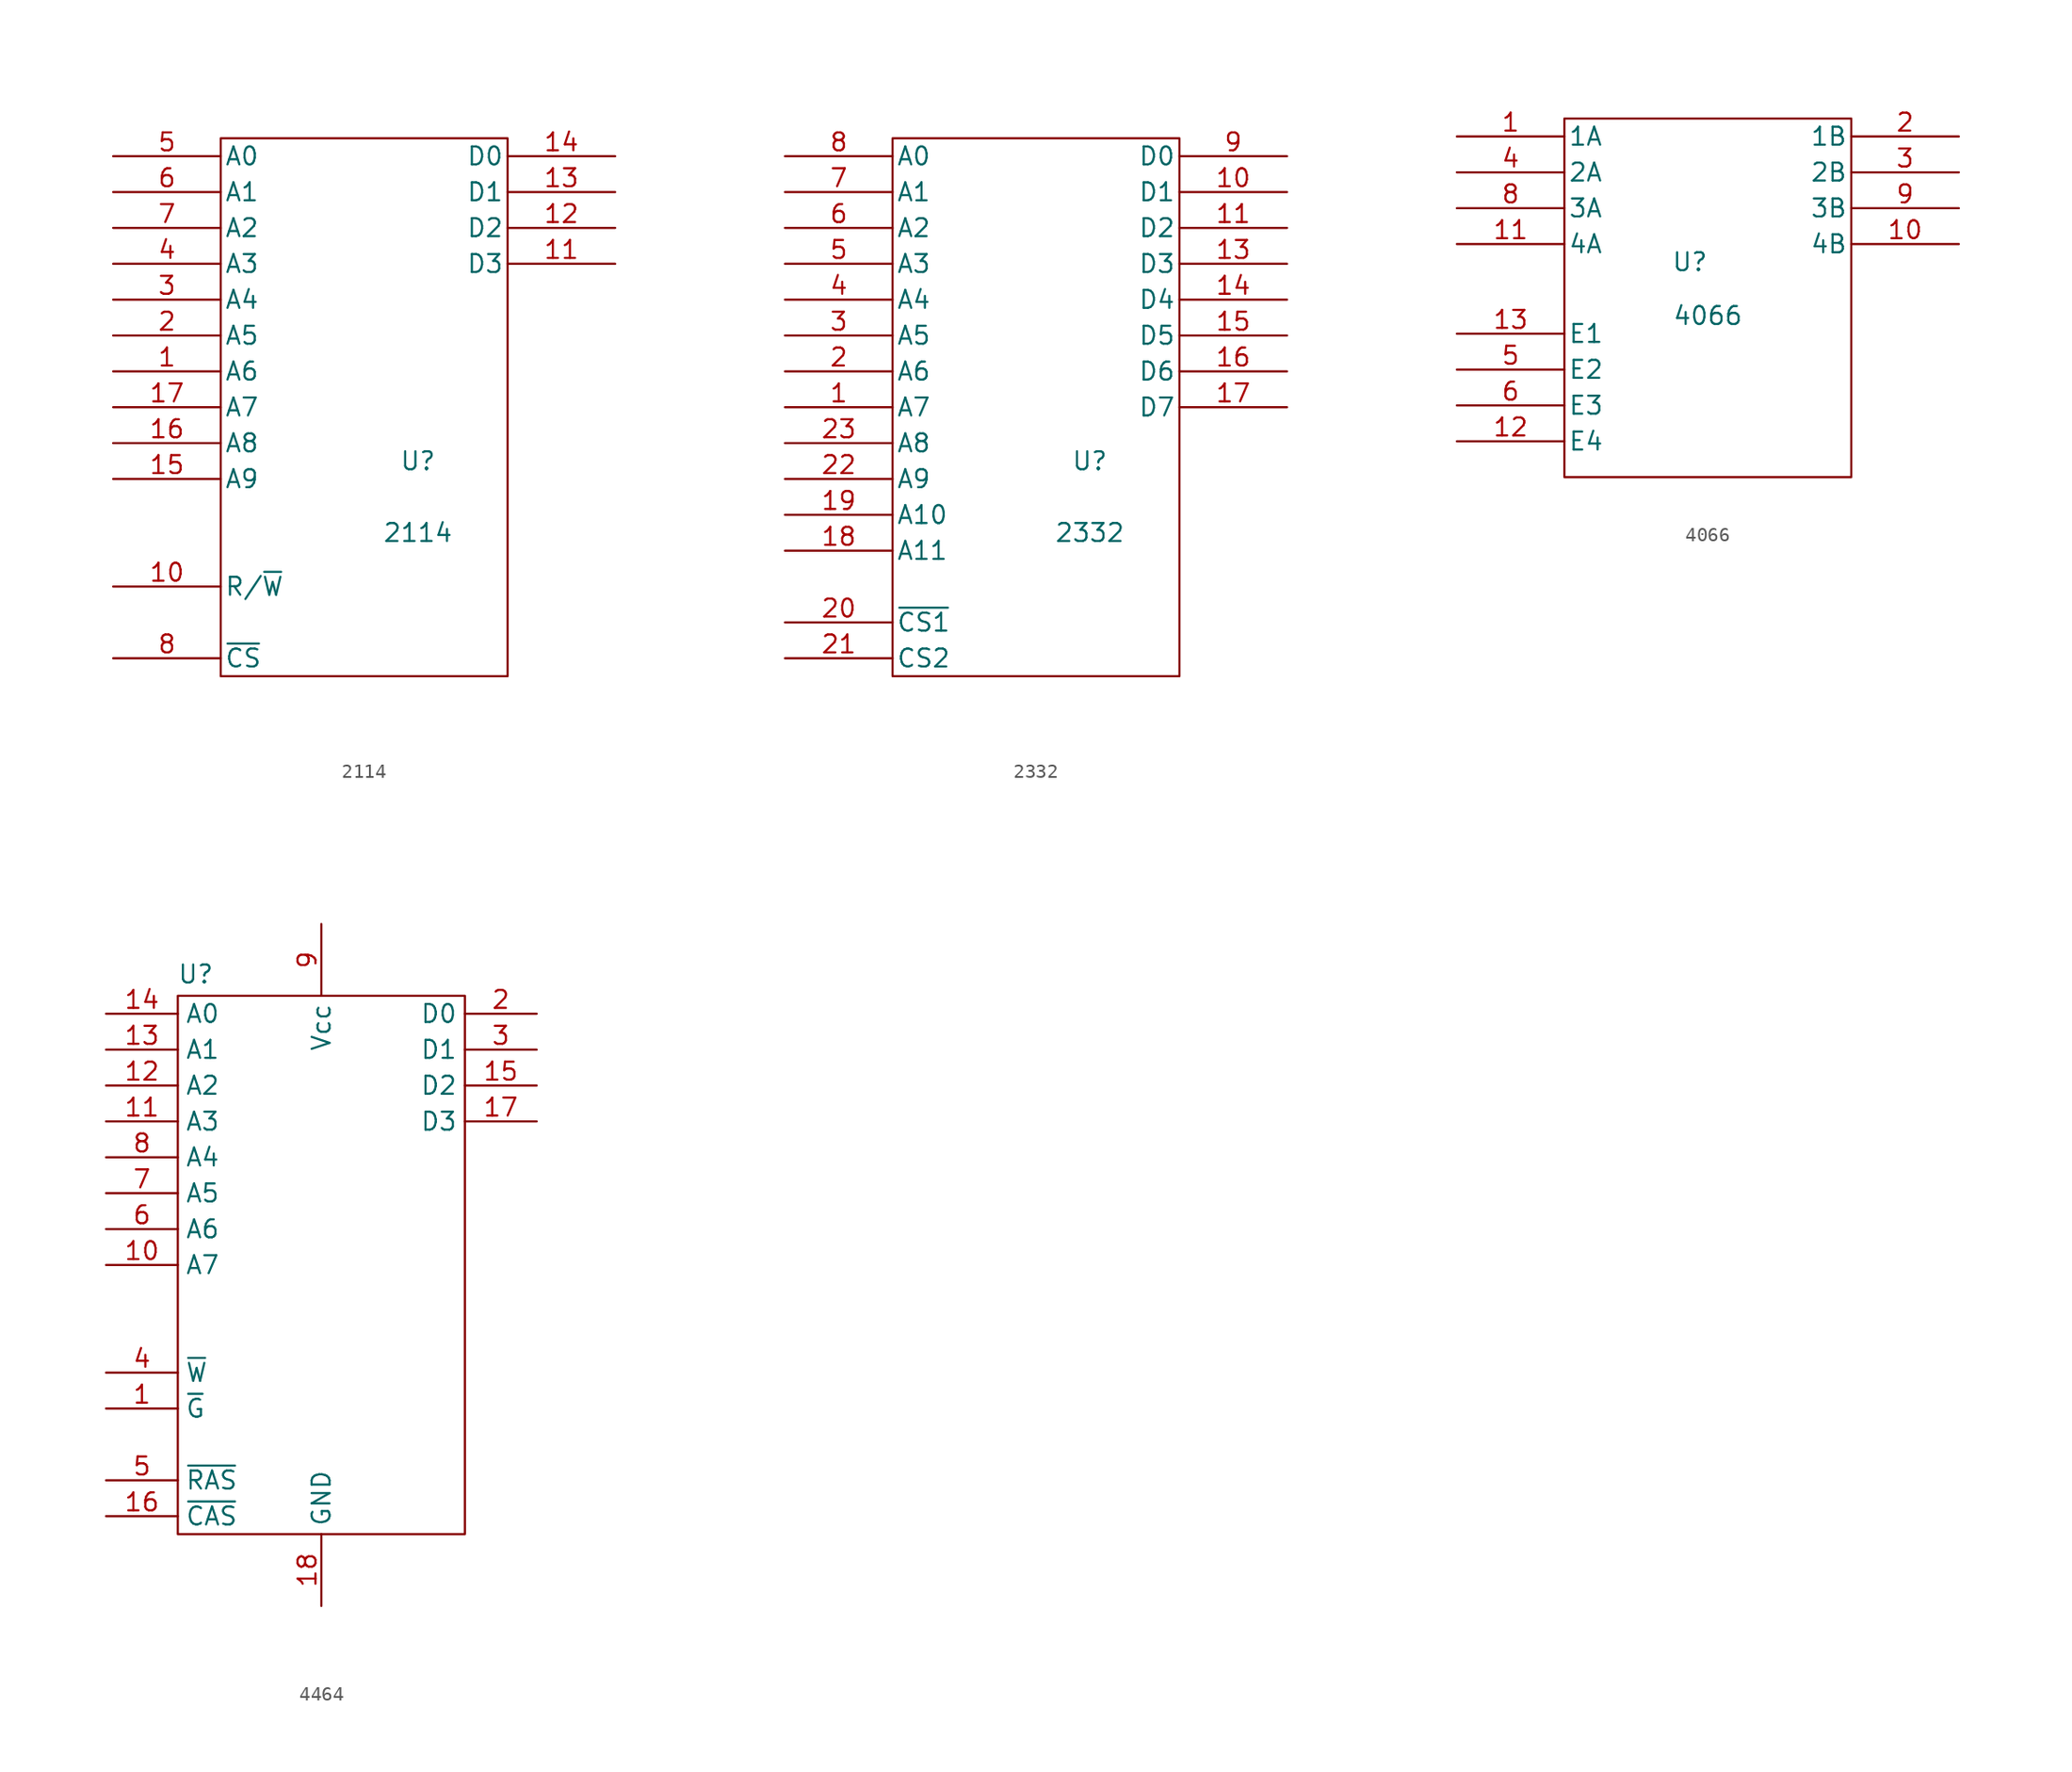
<source format=kicad_sym>
(kicad_symbol_lib
  (version 20231120)
  (generator "kicad_symbol_editor")
  (generator_version "8.0")
  (symbol "2114"
    (pin_names
      (offset 0.254))
    (property "Reference" "U"
      (at 3.81 -3.81 0)
      (effects (font (size 1.27 1.27))))
    (property "Value" "2114"
      (at 3.81 -8.89 0)
      (effects (font (size 1.27 1.27))))
    (property "Footprint" ""
      (at 0 0 0)
      (effects (font (size 1.27 1.27))))
    (property "Datasheet" ""
      (at 0 0 0)
      (effects (font (size 1.27 1.27))))
    (symbol "2114_0_0"
      (pin power_in line (at 0 20.32 270) (length 1.27) hide (name "Vcc" (effects (font (size 1.27 1.27)))) (number "18" (effects (font (size 1.27 1.27)))))
      (pin power_in line (at 0 -20.32 90) (length 1.27) hide (name "GND" (effects (font (size 1.27 1.27)))) (number "9" (effects (font (size 1.27 1.27))))))
    (symbol "2114_0_1"
      (rectangle (start -10.16 19.05) (end 10.16 -19.05) (stroke (width 0) (type solid)) (fill (type none))))
    (symbol "2114_1_1"
      (pin input line (at -17.78 2.54 0) (length 7.62) (name "A6" (effects (font (size 1.27 1.27)))) (number "1" (effects (font (size 1.27 1.27)))))
      (pin input line (at -17.78 -12.7 0) (length 7.62) (name "R/~{W}" (effects (font (size 1.27 1.27)))) (number "10" (effects (font (size 1.27 1.27)))))
      (pin bidirectional line (at 17.78 10.16 180) (length 7.62) (name "D3" (effects (font (size 1.27 1.27)))) (number "11" (effects (font (size 1.27 1.27)))))
      (pin bidirectional line (at 17.78 12.7 180) (length 7.62) (name "D2" (effects (font (size 1.27 1.27)))) (number "12" (effects (font (size 1.27 1.27)))))
      (pin bidirectional line (at 17.78 15.24 180) (length 7.62) (name "D1" (effects (font (size 1.27 1.27)))) (number "13" (effects (font (size 1.27 1.27)))))
      (pin bidirectional line (at 17.78 17.78 180) (length 7.62) (name "D0" (effects (font (size 1.27 1.27)))) (number "14" (effects (font (size 1.27 1.27)))))
      (pin input line (at -17.78 -5.08 0) (length 7.62) (name "A9" (effects (font (size 1.27 1.27)))) (number "15" (effects (font (size 1.27 1.27)))))
      (pin input line (at -17.78 -2.54 0) (length 7.62) (name "A8" (effects (font (size 1.27 1.27)))) (number "16" (effects (font (size 1.27 1.27)))))
      (pin input line (at -17.78 0 0) (length 7.62) (name "A7" (effects (font (size 1.27 1.27)))) (number "17" (effects (font (size 1.27 1.27)))))
      (pin input line (at -17.78 5.08 0) (length 7.62) (name "A5" (effects (font (size 1.27 1.27)))) (number "2" (effects (font (size 1.27 1.27)))))
      (pin input line (at -17.78 7.62 0) (length 7.62) (name "A4" (effects (font (size 1.27 1.27)))) (number "3" (effects (font (size 1.27 1.27)))))
      (pin input line (at -17.78 10.16 0) (length 7.62) (name "A3" (effects (font (size 1.27 1.27)))) (number "4" (effects (font (size 1.27 1.27)))))
      (pin input line (at -17.78 17.78 0) (length 7.62) (name "A0" (effects (font (size 1.27 1.27)))) (number "5" (effects (font (size 1.27 1.27)))))
      (pin input line (at -17.78 15.24 0) (length 7.62) (name "A1" (effects (font (size 1.27 1.27)))) (number "6" (effects (font (size 1.27 1.27)))))
      (pin input line (at -17.78 12.7 0) (length 7.62) (name "A2" (effects (font (size 1.27 1.27)))) (number "7" (effects (font (size 1.27 1.27)))))
      (pin input line (at -17.78 -17.78 0) (length 7.62) (name "~{CS}" (effects (font (size 1.27 1.27)))) (number "8" (effects (font (size 1.27 1.27)))))))
  (symbol "2332"
    (pin_names
      (offset 0.254))
    (property "Reference" "U"
      (at 3.81 -3.81 0)
      (effects (font (size 1.27 1.27))))
    (property "Value" "2332"
      (at 3.81 -8.89 0)
      (effects (font (size 1.27 1.27))))
    (property "Footprint" ""
      (at 0 0 0)
      (effects (font (size 1.27 1.27))))
    (property "Datasheet" ""
      (at 0 0 0)
      (effects (font (size 1.27 1.27))))
    (symbol "2332_0_0"
      (pin power_in line (at 0 -20.32 90) (length 1.27) hide (name "GND" (effects (font (size 1.27 1.27)))) (number "12" (effects (font (size 1.27 1.27)))))
      (pin power_in line (at 0 20.32 270) (length 1.27) hide (name "Vcc" (effects (font (size 1.27 1.27)))) (number "24" (effects (font (size 1.27 1.27))))))
    (symbol "2332_0_1"
      (rectangle (start -10.16 19.05) (end 10.16 -19.05) (stroke (width 0) (type solid)) (fill (type none))))
    (symbol "2332_1_1"
      (pin input line (at -17.78 0 0) (length 7.62) (name "A7" (effects (font (size 1.27 1.27)))) (number "1" (effects (font (size 1.27 1.27)))))
      (pin output line (at 17.78 15.24 180) (length 7.62) (name "D1" (effects (font (size 1.27 1.27)))) (number "10" (effects (font (size 1.27 1.27)))))
      (pin output line (at 17.78 12.7 180) (length 7.62) (name "D2" (effects (font (size 1.27 1.27)))) (number "11" (effects (font (size 1.27 1.27)))))
      (pin output line (at 17.78 10.16 180) (length 7.62) (name "D3" (effects (font (size 1.27 1.27)))) (number "13" (effects (font (size 1.27 1.27)))))
      (pin output line (at 17.78 7.62 180) (length 7.62) (name "D4" (effects (font (size 1.27 1.27)))) (number "14" (effects (font (size 1.27 1.27)))))
      (pin output line (at 17.78 5.08 180) (length 7.62) (name "D5" (effects (font (size 1.27 1.27)))) (number "15" (effects (font (size 1.27 1.27)))))
      (pin tri_state line (at 17.78 2.54 180) (length 7.62) (name "D6" (effects (font (size 1.27 1.27)))) (number "16" (effects (font (size 1.27 1.27)))))
      (pin tri_state line (at 17.78 0 180) (length 7.62) (name "D7" (effects (font (size 1.27 1.27)))) (number "17" (effects (font (size 1.27 1.27)))))
      (pin input line (at -17.78 -10.16 0) (length 7.62) (name "A11" (effects (font (size 1.27 1.27)))) (number "18" (effects (font (size 1.27 1.27)))))
      (pin input line (at -17.78 -7.62 0) (length 7.62) (name "A10" (effects (font (size 1.27 1.27)))) (number "19" (effects (font (size 1.27 1.27)))))
      (pin input line (at -17.78 2.54 0) (length 7.62) (name "A6" (effects (font (size 1.27 1.27)))) (number "2" (effects (font (size 1.27 1.27)))))
      (pin input line (at -17.78 -15.24 0) (length 7.62) (name "~{CS1}" (effects (font (size 1.27 1.27)))) (number "20" (effects (font (size 1.27 1.27)))))
      (pin input line (at -17.78 -17.78 0) (length 7.62) (name "CS2" (effects (font (size 1.27 1.27)))) (number "21" (effects (font (size 1.27 1.27)))))
      (pin input line (at -17.78 -5.08 0) (length 7.62) (name "A9" (effects (font (size 1.27 1.27)))) (number "22" (effects (font (size 1.27 1.27)))))
      (pin input line (at -17.78 -2.54 0) (length 7.62) (name "A8" (effects (font (size 1.27 1.27)))) (number "23" (effects (font (size 1.27 1.27)))))
      (pin input line (at -17.78 5.08 0) (length 7.62) (name "A5" (effects (font (size 1.27 1.27)))) (number "3" (effects (font (size 1.27 1.27)))))
      (pin input line (at -17.78 7.62 0) (length 7.62) (name "A4" (effects (font (size 1.27 1.27)))) (number "4" (effects (font (size 1.27 1.27)))))
      (pin input line (at -17.78 10.16 0) (length 7.62) (name "A3" (effects (font (size 1.27 1.27)))) (number "5" (effects (font (size 1.27 1.27)))))
      (pin input line (at -17.78 12.7 0) (length 7.62) (name "A2" (effects (font (size 1.27 1.27)))) (number "6" (effects (font (size 1.27 1.27)))))
      (pin input line (at -17.78 15.24 0) (length 7.62) (name "A1" (effects (font (size 1.27 1.27)))) (number "7" (effects (font (size 1.27 1.27)))))
      (pin input line (at -17.78 17.78 0) (length 7.62) (name "A0" (effects (font (size 1.27 1.27)))) (number "8" (effects (font (size 1.27 1.27)))))
      (pin output line (at 17.78 17.78 180) (length 7.62) (name "D0" (effects (font (size 1.27 1.27)))) (number "9" (effects (font (size 1.27 1.27)))))))
  (symbol "4066"
    (pin_names
      (offset 0.254))
    (property "Reference" "U"
      (at -1.27 2.54 0)
      (effects (font (size 1.27 1.27))))
    (property "Value" "4066"
      (at 0 -1.27 0)
      (effects (font (size 1.27 1.27))))
    (property "Footprint" ""
      (at 0 -6.35 0)
      (effects (font (size 1.27 1.27))))
    (property "Datasheet" ""
      (at 0 -6.35 0)
      (effects (font (size 1.27 1.27))))
    (symbol "4066_0_0"
      (pin power_in line (at 0 13.97 270) (length 1.27) hide (name "Vcc" (effects (font (size 1.27 1.27)))) (number "14" (effects (font (size 1.27 1.27)))))
      (pin power_in line (at 0 -12.7 90) (length 1.27) hide (name "GND" (effects (font (size 1.27 1.27)))) (number "7" (effects (font (size 1.27 1.27))))))
    (symbol "4066_0_1"
      (rectangle (start -10.16 12.7) (end 10.16 -12.7) (stroke (width 0) (type solid)) (fill (type none))))
    (symbol "4066_1_1"
      (pin input line (at -17.78 11.43 0) (length 7.62) (name "1A" (effects (font (size 1.27 1.27)))) (number "1" (effects (font (size 1.27 1.27)))))
      (pin bidirectional line (at 17.78 3.81 180) (length 7.62) (name "4B" (effects (font (size 1.27 1.27)))) (number "10" (effects (font (size 1.27 1.27)))))
      (pin input line (at -17.78 3.81 0) (length 7.62) (name "4A" (effects (font (size 1.27 1.27)))) (number "11" (effects (font (size 1.27 1.27)))))
      (pin input line (at -17.78 -10.16 0) (length 7.62) (name "E4" (effects (font (size 1.27 1.27)))) (number "12" (effects (font (size 1.27 1.27)))))
      (pin input line (at -17.78 -2.54 0) (length 7.62) (name "E1" (effects (font (size 1.27 1.27)))) (number "13" (effects (font (size 1.27 1.27)))))
      (pin bidirectional line (at 17.78 11.43 180) (length 7.62) (name "1B" (effects (font (size 1.27 1.27)))) (number "2" (effects (font (size 1.27 1.27)))))
      (pin bidirectional line (at 17.78 8.89 180) (length 7.62) (name "2B" (effects (font (size 1.27 1.27)))) (number "3" (effects (font (size 1.27 1.27)))))
      (pin input line (at -17.78 8.89 0) (length 7.62) (name "2A" (effects (font (size 1.27 1.27)))) (number "4" (effects (font (size 1.27 1.27)))))
      (pin input line (at -17.78 -5.08 0) (length 7.62) (name "E2" (effects (font (size 1.27 1.27)))) (number "5" (effects (font (size 1.27 1.27)))))
      (pin input line (at -17.78 -7.62 0) (length 7.62) (name "E3" (effects (font (size 1.27 1.27)))) (number "6" (effects (font (size 1.27 1.27)))))
      (pin input line (at -17.78 6.35 0) (length 7.62) (name "3A" (effects (font (size 1.27 1.27)))) (number "8" (effects (font (size 1.27 1.27)))))
      (pin bidirectional line (at 17.78 6.35 180) (length 7.62) (name "3B" (effects (font (size 1.27 1.27)))) (number "9" (effects (font (size 1.27 1.27)))))))
  (symbol "4464"
    (property "Reference" "U"
      (at -8.89 43.434 0)
      (effects (font (size 1.27 1.27))))
    (property "Value" ""
      (at 0 0 0)
      (effects (font (size 1.27 1.27))))
    (symbol "4464_0_1"
      (rectangle (start -10.16 41.91) (end 10.16 3.81) (stroke (width 0) (type solid)) (fill (type none))))
    (symbol "4464_1_0"
      (pin power_in line (at 0 -1.27 90) (length 5.08) (name "GND" (effects (font (size 1.27 1.27)))) (number "18" (effects (font (size 1.27 1.27)))))
      (pin power_in line (at 0 46.99 270) (length 5.08) (name "Vcc" (effects (font (size 1.27 1.27)))) (number "9" (effects (font (size 1.27 1.27))))))
    (symbol "4464_1_1"
      (pin input line (at -15.24 12.7 0) (length 5.08) (name "~{G}" (effects (font (size 1.27 1.27)))) (number "1" (effects (font (size 1.27 1.27)))))
      (pin input line (at -15.24 22.86 0) (length 5.08) (name "A7" (effects (font (size 1.27 1.27)))) (number "10" (effects (font (size 1.27 1.27)))))
      (pin input line (at -15.24 33.02 0) (length 5.08) (name "A3" (effects (font (size 1.27 1.27)))) (number "11" (effects (font (size 1.27 1.27)))))
      (pin input line (at -15.24 35.56 0) (length 5.08) (name "A2" (effects (font (size 1.27 1.27)))) (number "12" (effects (font (size 1.27 1.27)))))
      (pin input line (at -15.24 38.1 0) (length 5.08) (name "A1" (effects (font (size 1.27 1.27)))) (number "13" (effects (font (size 1.27 1.27)))))
      (pin input line (at -15.24 40.64 0) (length 5.08) (name "A0" (effects (font (size 1.27 1.27)))) (number "14" (effects (font (size 1.27 1.27)))))
      (pin bidirectional line (at 15.24 35.56 180) (length 5.08) (name "D2" (effects (font (size 1.27 1.27)))) (number "15" (effects (font (size 1.27 1.27)))))
      (pin input line (at -15.24 5.08 0) (length 5.08) (name "~{CAS}" (effects (font (size 1.27 1.27)))) (number "16" (effects (font (size 1.27 1.27)))))
      (pin bidirectional line (at 15.24 33.02 180) (length 5.08) (name "D3" (effects (font (size 1.27 1.27)))) (number "17" (effects (font (size 1.27 1.27)))))
      (pin bidirectional line (at 15.24 40.64 180) (length 5.08) (name "D0" (effects (font (size 1.27 1.27)))) (number "2" (effects (font (size 1.27 1.27)))))
      (pin bidirectional line (at 15.24 38.1 180) (length 5.08) (name "D1" (effects (font (size 1.27 1.27)))) (number "3" (effects (font (size 1.27 1.27)))))
      (pin input line (at -15.24 15.24 0) (length 5.08) (name "~{W}" (effects (font (size 1.27 1.27)))) (number "4" (effects (font (size 1.27 1.27)))))
      (pin input line (at -15.24 7.62 0) (length 5.08) (name "~{RAS}" (effects (font (size 1.27 1.27)))) (number "5" (effects (font (size 1.27 1.27)))))
      (pin input line (at -15.24 25.4 0) (length 5.08) (name "A6" (effects (font (size 1.27 1.27)))) (number "6" (effects (font (size 1.27 1.27)))))
      (pin input line (at -15.24 27.94 0) (length 5.08) (name "A5" (effects (font (size 1.27 1.27)))) (number "7" (effects (font (size 1.27 1.27)))))
      (pin input line (at -15.24 30.48 0) (length 5.08) (name "A4" (effects (font (size 1.27 1.27)))) (number "8" (effects (font (size 1.27 1.27))))))))
</source>
